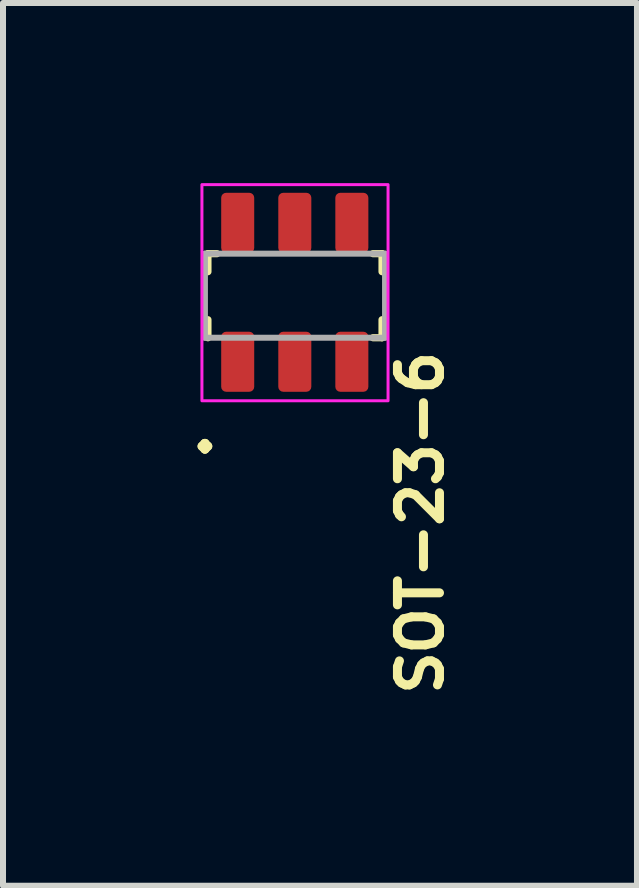
<source format=kicad_pcb>
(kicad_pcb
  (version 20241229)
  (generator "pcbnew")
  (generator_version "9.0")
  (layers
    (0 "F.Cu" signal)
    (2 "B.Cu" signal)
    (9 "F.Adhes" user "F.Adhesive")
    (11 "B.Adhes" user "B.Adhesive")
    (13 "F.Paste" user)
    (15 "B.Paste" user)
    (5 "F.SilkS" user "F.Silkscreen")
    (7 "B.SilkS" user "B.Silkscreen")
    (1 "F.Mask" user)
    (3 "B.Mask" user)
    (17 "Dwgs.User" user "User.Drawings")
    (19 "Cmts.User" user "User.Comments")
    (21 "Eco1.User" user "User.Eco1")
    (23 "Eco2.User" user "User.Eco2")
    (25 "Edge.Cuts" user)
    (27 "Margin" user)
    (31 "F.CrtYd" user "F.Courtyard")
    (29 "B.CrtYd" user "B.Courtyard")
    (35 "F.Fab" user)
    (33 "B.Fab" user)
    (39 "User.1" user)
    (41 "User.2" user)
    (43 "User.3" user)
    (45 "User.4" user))
  (footprint "SOT-23-6"
    (layer "F.Cu")
    (at 1.863 1.875)
    (property "Reference" "SOT-23-6" (at 2.5 0.85 270) (layer "F.SilkS") (effects (font (size 0.7 0.7) (thickness 0.15)) (justify right bottom)))
    (attr smd)
    (fp_line (start -1.45 -0.7) (end -1.3 -0.7) (stroke (width 0.12) (type solid)) (layer "F.SilkS"))
    (fp_line (start -1.45 -0.4) (end -1.45 -0.7) (stroke (width 0.12) (type solid)) (layer "F.SilkS"))
    (fp_line (start -1.45 0.4) (end -1.45 0.7) (stroke (width 0.12) (type solid)) (layer "F.SilkS"))
    (fp_line (start 1.45 -0.7) (end 1.3 -0.7) (stroke (width 0.12) (type solid)) (layer "F.SilkS"))
    (fp_line (start 1.45 -0.4) (end 1.45 -0.7) (stroke (width 0.12) (type solid)) (layer "F.SilkS"))
    (fp_line (start 1.45 0.4) (end 1.45 0.7) (stroke (width 0.12) (type solid)) (layer "F.SilkS"))
    (fp_line (start 1.45 0.7) (end 1.3 0.7) (stroke (width 0.12) (type solid)) (layer "F.SilkS"))
    (fp_rect (start 1.55 1.75) (end -1.55 -1.85) (stroke (width 0.05) (type solid)) (fill no) (layer "F.CrtYd"))
    (fp_line (start -1.5 -0.7) (end -1.5 0.7) (stroke (width 0.1) (type solid)) (layer "F.Fab"))
    (fp_line (start -1.5 0.7) (end 1.5 0.7) (stroke (width 0.1) (type solid)) (layer "F.Fab"))
    (fp_line (start 1.5 -0.7) (end -1.5 -0.7) (stroke (width 0.1) (type solid)) (layer "F.Fab"))
    (fp_line (start 1.5 0.7) (end 1.5 -0.7) (stroke (width 0.1) (type solid)) (layer "F.Fab"))
    (fp_rect (start 1.396 1.211) (end -1.397 -1.214) (stroke (width 0.1) (type solid)) (fill no) (layer "User.5"))
    (fp_line (start -1.397 -0.629) (end -1.397 0.641) (stroke (width 0.02) (type solid)) (layer "User.9"))
    (fp_line (start -1.397 -0.629) (end -1.214 -0.444) (stroke (width 0.02) (type solid)) (layer "User.9"))
    (fp_line (start -1.397 0.641) (end -1.182 0.641) (stroke (width 0.02) (type solid)) (layer "User.9"))
    (fp_line (start -1.214 -0.444) (end 1.211 -0.444) (stroke (width 0.02) (type solid)) (layer "User.9"))
    (fp_line (start -1.214 0.456) (end -1.397 0.641) (stroke (width 0.02) (type solid)) (layer "User.9"))
    (fp_line (start -1.214 0.456) (end -1.214 -0.444) (stroke (width 0.02) (type solid)) (layer "User.9"))
    (fp_line (start -1.182 -1.214) (end -1.182 -1.01) (stroke (width 0.02) (type solid)) (layer "User.9"))
    (fp_line (start -1.182 -1.01) (end -1.182 -0.935) (stroke (width 0.02) (type solid)) (layer "User.9"))
    (fp_line (start -1.182 -0.935) (end -1.182 -0.656) (stroke (width 0.02) (type solid)) (layer "User.9"))
    (fp_line (start -1.182 -0.656) (end -1.182 -0.62) (stroke (width 0.02) (type solid)) (layer "User.9"))
    (fp_line (start -1.182 -0.629) (end -1.397 -0.629) (stroke (width 0.02) (type solid)) (layer "User.9"))
    (fp_line (start -1.182 -0.62) (end -0.724 -0.62) (stroke (width 0.02) (type solid)) (layer "User.9"))
    (fp_line (start -1.182 0.654) (end -1.182 0.631) (stroke (width 0.02) (type solid)) (layer "User.9"))
    (fp_line (start -1.182 0.933) (end -1.182 0.654) (stroke (width 0.02) (type solid)) (layer "User.9"))
    (fp_line (start -1.182 0.933) (end -0.724 0.933) (stroke (width 0.02) (type solid)) (layer "User.9"))
    (fp_line (start -1.182 1.009) (end -1.182 0.933) (stroke (width 0.02) (type solid)) (layer "User.9"))
    (fp_line (start -1.182 1.211) (end -1.182 1.009) (stroke (width 0.02) (type solid)) (layer "User.9"))
    (fp_line (start -1.182 1.211) (end -0.724 1.211) (stroke (width 0.02) (type solid)) (layer "User.9"))
    (fp_line (start -0.724 -1.214) (end -1.182 -1.214) (stroke (width 0.02) (type solid)) (layer "User.9"))
    (fp_line (start -0.724 -1.214) (end -0.724 -1.01) (stroke (width 0.02) (type solid)) (layer "User.9"))
    (fp_line (start -0.724 -1.01) (end -0.724 -0.935) (stroke (width 0.02) (type solid)) (layer "User.9"))
    (fp_line (start -0.724 -0.935) (end -1.182 -0.935) (stroke (width 0.02) (type solid)) (layer "User.9"))
    (fp_line (start -0.724 -0.935) (end -0.724 -0.656) (stroke (width 0.02) (type solid)) (layer "User.9"))
    (fp_line (start -0.724 -0.656) (end -0.724 -0.62) (stroke (width 0.02) (type solid)) (layer "User.9"))
    (fp_line (start -0.724 0.631) (end -1.182 0.631) (stroke (width 0.02) (type solid)) (layer "User.9"))
    (fp_line (start -0.724 0.641) (end -0.23 0.641) (stroke (width 0.02) (type solid)) (layer "User.9"))
    (fp_line (start -0.724 0.654) (end -0.724 0.631) (stroke (width 0.02) (type solid)) (layer "User.9"))
    (fp_line (start -0.724 0.933) (end -0.724 0.654) (stroke (width 0.02) (type solid)) (layer "User.9"))
    (fp_line (start -0.724 1.009) (end -0.724 0.933) (stroke (width 0.02) (type solid)) (layer "User.9"))
    (fp_line (start -0.724 1.211) (end -0.724 1.009) (stroke (width 0.02) (type solid)) (layer "User.9"))
    (fp_line (start -0.23 -1.214) (end -0.23 -1.01) (stroke (width 0.02) (type solid)) (layer "User.9"))
    (fp_line (start -0.23 -1.01) (end -0.23 -0.935) (stroke (width 0.02) (type solid)) (layer "User.9"))
    (fp_line (start -0.23 -0.935) (end -0.23 -0.656) (stroke (width 0.02) (type solid)) (layer "User.9"))
    (fp_line (start -0.23 -0.656) (end -0.23 -0.62) (stroke (width 0.02) (type solid)) (layer "User.9"))
    (fp_line (start -0.23 -0.629) (end -0.724 -0.629) (stroke (width 0.02) (type solid)) (layer "User.9"))
    (fp_line (start -0.23 -0.62) (end 0.228 -0.62) (stroke (width 0.02) (type solid)) (layer "User.9"))
    (fp_line (start -0.23 0.654) (end -0.23 0.631) (stroke (width 0.02) (type solid)) (layer "User.9"))
    (fp_line (start -0.23 0.933) (end -0.23 0.654) (stroke (width 0.02) (type solid)) (layer "User.9"))
    (fp_line (start -0.23 0.933) (end 0.228 0.933) (stroke (width 0.02) (type solid)) (layer "User.9"))
    (fp_line (start -0.23 1.009) (end -0.23 0.933) (stroke (width 0.02) (type solid)) (layer "User.9"))
    (fp_line (start -0.23 1.211) (end -0.23 1.009) (stroke (width 0.02) (type solid)) (layer "User.9"))
    (fp_line (start -0.23 1.211) (end 0.228 1.211) (stroke (width 0.02) (type solid)) (layer "User.9"))
    (fp_line (start 0.228 -1.214) (end -0.23 -1.214) (stroke (width 0.02) (type solid)) (layer "User.9"))
    (fp_line (start 0.228 -1.214) (end 0.228 -1.01) (stroke (width 0.02) (type solid)) (layer "User.9"))
    (fp_line (start 0.228 -1.01) (end 0.228 -0.935) (stroke (width 0.02) (type solid)) (layer "User.9"))
    (fp_line (start 0.228 -0.935) (end -0.23 -0.935) (stroke (width 0.02) (type solid)) (layer "User.9"))
    (fp_line (start 0.228 -0.935) (end 0.228 -0.656) (stroke (width 0.02) (type solid)) (layer "User.9"))
    (fp_line (start 0.228 -0.656) (end 0.228 -0.62) (stroke (width 0.02) (type solid)) (layer "User.9"))
    (fp_line (start 0.228 0.631) (end -0.23 0.631) (stroke (width 0.02) (type solid)) (layer "User.9"))
    (fp_line (start 0.228 0.641) (end 0.722 0.641) (stroke (width 0.02) (type solid)) (layer "User.9"))
    (fp_line (start 0.228 0.654) (end 0.228 0.631) (stroke (width 0.02) (type solid)) (layer "User.9"))
    (fp_line (start 0.228 0.933) (end 0.228 0.654) (stroke (width 0.02) (type solid)) (layer "User.9"))
    (fp_line (start 0.228 1.009) (end 0.228 0.933) (stroke (width 0.02) (type solid)) (layer "User.9"))
    (fp_line (start 0.228 1.211) (end 0.228 1.009) (stroke (width 0.02) (type solid)) (layer "User.9"))
    (fp_line (start 0.722 -1.214) (end 0.722 -1.01) (stroke (width 0.02) (type solid)) (layer "User.9"))
    (fp_line (start 0.722 -1.01) (end 0.722 -0.935) (stroke (width 0.02) (type solid)) (layer "User.9"))
    (fp_line (start 0.722 -0.935) (end 0.722 -0.656) (stroke (width 0.02) (type solid)) (layer "User.9"))
    (fp_line (start 0.722 -0.656) (end 0.722 -0.62) (stroke (width 0.02) (type solid)) (layer "User.9"))
    (fp_line (start 0.722 -0.629) (end 0.228 -0.629) (stroke (width 0.02) (type solid)) (layer "User.9"))
    (fp_line (start 0.722 -0.62) (end 1.181 -0.62) (stroke (width 0.02) (type solid)) (layer "User.9"))
    (fp_line (start 0.722 0.654) (end 0.722 0.631) (stroke (width 0.02) (type solid)) (layer "User.9"))
    (fp_line (start 0.722 0.933) (end 0.722 0.654) (stroke (width 0.02) (type solid)) (layer "User.9"))
    (fp_line (start 0.722 0.933) (end 1.181 0.933) (stroke (width 0.02) (type solid)) (layer "User.9"))
    (fp_line (start 0.722 1.009) (end 0.722 0.933) (stroke (width 0.02) (type solid)) (layer "User.9"))
    (fp_line (start 0.722 1.211) (end 0.722 1.009) (stroke (width 0.02) (type solid)) (layer "User.9"))
    (fp_line (start 0.722 1.211) (end 1.181 1.211) (stroke (width 0.02) (type solid)) (layer "User.9"))
    (fp_line (start 1.181 -1.214) (end 0.722 -1.214) (stroke (width 0.02) (type solid)) (layer "User.9"))
    (fp_line (start 1.181 -1.214) (end 1.181 -1.01) (stroke (width 0.02) (type solid)) (layer "User.9"))
    (fp_line (start 1.181 -1.01) (end 1.181 -0.935) (stroke (width 0.02) (type solid)) (layer "User.9"))
    (fp_line (start 1.181 -0.935) (end 0.722 -0.935) (stroke (width 0.02) (type solid)) (layer "User.9"))
    (fp_line (start 1.181 -0.935) (end 1.181 -0.656) (stroke (width 0.02) (type solid)) (layer "User.9"))
    (fp_line (start 1.181 -0.656) (end 1.181 -0.62) (stroke (width 0.02) (type solid)) (layer "User.9"))
    (fp_line (start 1.181 0.631) (end 0.722 0.631) (stroke (width 0.02) (type solid)) (layer "User.9"))
    (fp_line (start 1.181 0.641) (end 1.396 0.641) (stroke (width 0.02) (type solid)) (layer "User.9"))
    (fp_line (start 1.181 0.654) (end 1.181 0.631) (stroke (width 0.02) (type solid)) (layer "User.9"))
    (fp_line (start 1.181 0.933) (end 1.181 0.654) (stroke (width 0.02) (type solid)) (layer "User.9"))
    (fp_line (start 1.181 1.009) (end 1.181 0.933) (stroke (width 0.02) (type solid)) (layer "User.9"))
    (fp_line (start 1.181 1.211) (end 1.181 1.009) (stroke (width 0.02) (type solid)) (layer "User.9"))
    (fp_line (start 1.211 -0.444) (end 1.211 0.456) (stroke (width 0.02) (type solid)) (layer "User.9"))
    (fp_line (start 1.211 0.456) (end -1.214 0.456) (stroke (width 0.02) (type solid)) (layer "User.9"))
    (fp_line (start 1.211 0.456) (end 1.396 0.641) (stroke (width 0.02) (type solid)) (layer "User.9"))
    (fp_line (start 1.396 -0.629) (end 1.181 -0.629) (stroke (width 0.02) (type solid)) (layer "User.9"))
    (fp_line (start 1.396 -0.629) (end 1.211 -0.444) (stroke (width 0.02) (type solid)) (layer "User.9"))
    (fp_line (start 1.396 0.641) (end 1.396 -0.629) (stroke (width 0.02) (type solid)) (layer "User.9"))
    (fp_text user "." (at -1.5 2.1 180) (layer "F.SilkS") (effects (font (size 1 1) (thickness 0.15))))
    (pad "1" smd roundrect (at -0.954 1.1 180) (size 0.55 1) (layers "F.Cu" "F.Mask" "F.Paste") (roundrect_rratio 0.15))
    (pad "2" smd roundrect (at -0.003 1.1 180) (size 0.55 1) (layers "F.Cu" "F.Mask" "F.Paste") (roundrect_rratio 0.15))
    (pad "3" smd roundrect (at 0.947 1.1 180) (size 0.55 1) (layers "F.Cu" "F.Mask" "F.Paste") (roundrect_rratio 0.15))
    (pad "4" smd roundrect (at 0.947 -1.214 180) (size 0.55 1) (layers "F.Cu" "F.Mask" "F.Paste") (roundrect_rratio 0.15))
    (pad "5" smd roundrect (at -0.003 -1.214 180) (size 0.55 1) (layers "F.Cu" "F.Mask" "F.Paste") (roundrect_rratio 0.15))
    (pad "6" smd roundrect (at -0.954 -1.214 180) (size 0.55 1) (layers "F.Cu" "F.Mask" "F.Paste") (roundrect_rratio 0.15)))
  (gr_rect
    (start -3 -3)
    (end 7.559 11.702)
    (stroke (width 0.1) (type default))
    (fill no)
    (layer "Edge.Cuts")))
</source>
